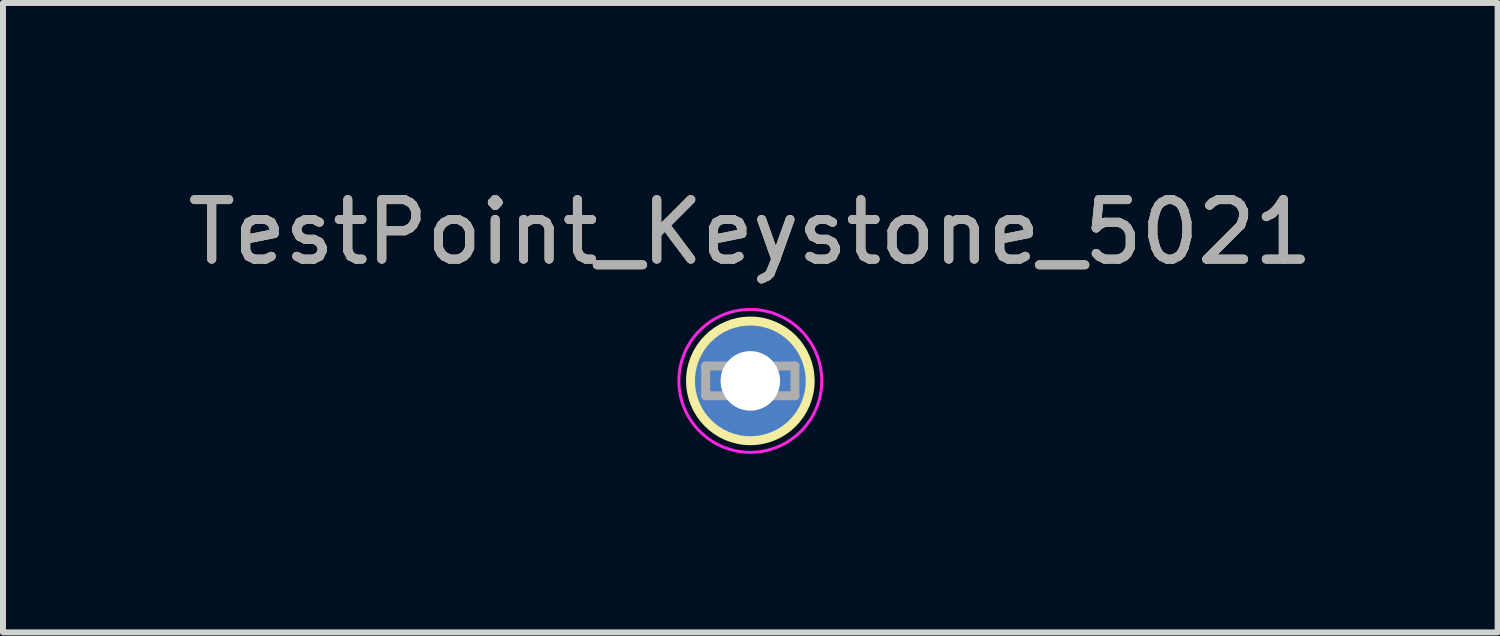
<source format=kicad_pcb>
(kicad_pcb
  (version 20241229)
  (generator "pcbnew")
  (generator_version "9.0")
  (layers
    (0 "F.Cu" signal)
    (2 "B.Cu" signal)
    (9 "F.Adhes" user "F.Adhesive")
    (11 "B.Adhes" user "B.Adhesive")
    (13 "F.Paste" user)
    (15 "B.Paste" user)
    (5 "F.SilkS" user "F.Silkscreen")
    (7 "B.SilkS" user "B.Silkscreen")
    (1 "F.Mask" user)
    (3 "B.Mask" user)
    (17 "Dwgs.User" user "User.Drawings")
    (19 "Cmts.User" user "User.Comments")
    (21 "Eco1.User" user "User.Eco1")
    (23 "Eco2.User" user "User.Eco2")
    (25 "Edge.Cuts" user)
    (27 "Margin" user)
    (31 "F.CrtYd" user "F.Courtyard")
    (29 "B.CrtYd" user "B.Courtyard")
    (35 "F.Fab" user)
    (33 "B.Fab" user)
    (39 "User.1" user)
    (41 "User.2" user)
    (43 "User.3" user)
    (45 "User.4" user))
  (footprint "TestPoint_Keystone_5021"
    (layer "F.Cu")
    (at 9.554 3.348)
    (property "Reference" "TestPoint_Keystone_5021" (at 0 -2.5 0) (layer "F.SilkS") (effects (font (size 1 1) (thickness 0.15))))
    (attr through_hole)
    (fp_circle (center 0 0) (end 1 0.1) (stroke (width 0.15) (type solid)) (fill no) (layer "F.SilkS"))
    (fp_circle (center 0 0) (end 1.2 0) (stroke (width 0.05) (type solid)) (fill no) (layer "F.CrtYd"))
    (fp_line (start -0.75 -0.25) (end 0.75 -0.25) (stroke (width 0.15) (type solid)) (layer "F.Fab"))
    (fp_line (start -0.75 0.25) (end -0.75 -0.25) (stroke (width 0.15) (type solid)) (layer "F.Fab"))
    (fp_line (start 0.75 -0.25) (end 0.75 0.25) (stroke (width 0.15) (type solid)) (layer "F.Fab"))
    (fp_line (start 0.75 0.25) (end -0.75 0.25) (stroke (width 0.15) (type solid)) (layer "F.Fab"))
    (fp_text user "${REFERENCE}" (at 0 -2.5 0) (layer "F.Fab") (effects (font (size 1 1) (thickness 0.15))))
    (pad "1" thru_hole circle (at 0 0) (size 2 2) (drill 1) (layers "*.Cu" "B.Mask")))
  (gr_rect
    (start -3 -3)
    (end 22.107 7.573)
    (stroke (width 0.1) (type default))
    (fill no)
    (layer "Edge.Cuts")))
</source>
